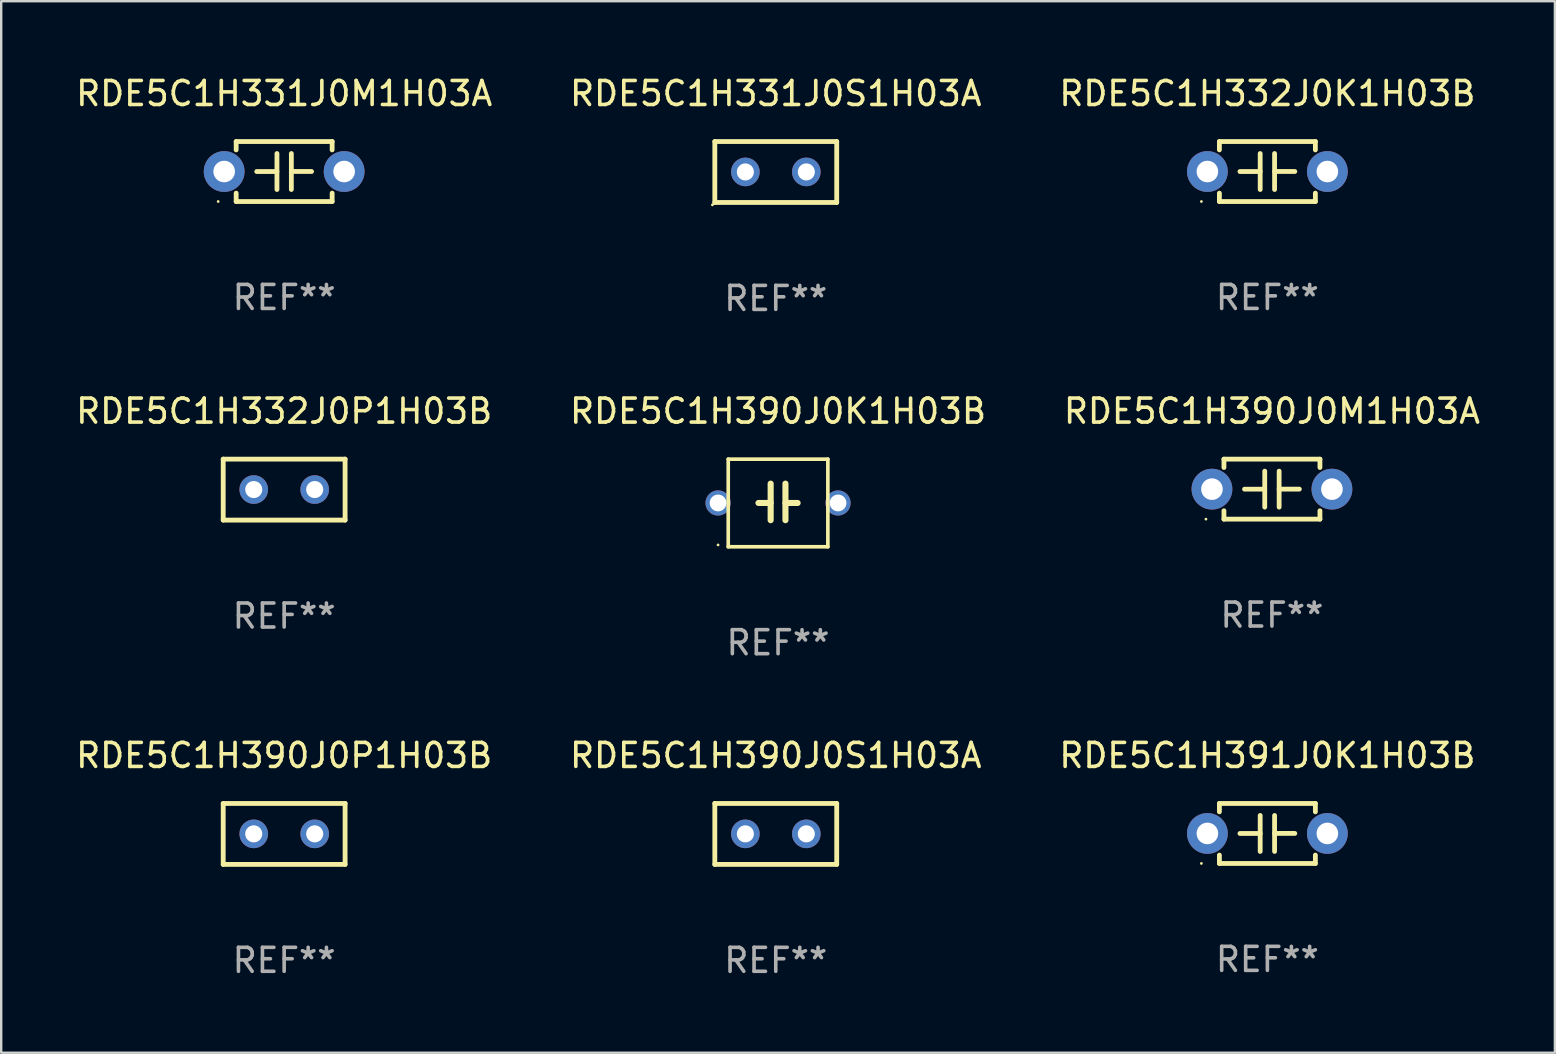
<source format=kicad_pcb>
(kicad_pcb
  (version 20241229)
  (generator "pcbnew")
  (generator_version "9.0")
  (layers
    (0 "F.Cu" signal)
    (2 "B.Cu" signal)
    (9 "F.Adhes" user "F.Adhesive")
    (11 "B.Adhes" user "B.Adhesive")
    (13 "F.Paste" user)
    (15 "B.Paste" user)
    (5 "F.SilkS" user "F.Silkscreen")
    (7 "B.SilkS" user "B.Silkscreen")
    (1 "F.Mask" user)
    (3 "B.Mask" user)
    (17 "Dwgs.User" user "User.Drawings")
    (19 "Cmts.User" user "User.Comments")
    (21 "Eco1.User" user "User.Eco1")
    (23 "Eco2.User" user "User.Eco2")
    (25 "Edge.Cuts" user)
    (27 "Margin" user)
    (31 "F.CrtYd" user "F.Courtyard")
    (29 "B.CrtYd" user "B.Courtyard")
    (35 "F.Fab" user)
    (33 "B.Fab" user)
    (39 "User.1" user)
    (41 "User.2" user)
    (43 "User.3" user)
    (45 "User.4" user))
  (footprint "RDE5C1H390J0P1H03B"
    (layer "F.Cu")
    (at 8.792 31.704)
    (property "Reference" "RDE5C1H390J0P1H03B" (at 0 -3.27 0) (layer "F.SilkS") (effects (font (size 1 1) (thickness 0.15))))
    (attr through_hole)
    (fp_line (start -2.54 -1.27) (end -2.54 1.27) (stroke (width 0.201) (type solid)) (layer "F.SilkS"))
    (fp_line (start -2.54 1.27) (end 2.54 1.27) (stroke (width 0.201) (type solid)) (layer "F.SilkS"))
    (fp_line (start 2.54 -1.27) (end -2.54 -1.27) (stroke (width 0.201) (type solid)) (layer "F.SilkS"))
    (fp_line (start 2.54 1.27) (end 2.54 -1.27) (stroke (width 0.201) (type solid)) (layer "F.SilkS"))
    (fp_circle (center -2.497 1.247) (end -2.467 1.247) (stroke (width 0.06) (type solid)) (fill no) (layer "F.SilkS"))
    (fp_text user "REF**" (at 0 5.27 0) (layer "F.Fab") (effects (font (size 1 1) (thickness 0.15))))
    (pad "1" thru_hole circle (at -1.267 -0.003) (size 1.194 1.194) (drill 0.711) (layers "*.Cu" "*.Mask"))
    (pad "2" thru_hole circle (at 1.273 -0.003) (size 1.194 1.194) (drill 0.711) (layers "*.Cu" "*.Mask")))
  (footprint "RDE5C1H391J0K1H03B"
    (layer "F.Cu")
    (at 49.768 31.684)
    (property "Reference" "RDE5C1H391J0K1H03B" (at 0 -3.25 0) (layer "F.SilkS") (effects (font (size 1 1) (thickness 0.15))))
    (attr through_hole)
    (fp_line (start -2 -1.25) (end -2 -0.901) (stroke (width 0.2) (type solid)) (layer "F.SilkS"))
    (fp_line (start -2 -1.25) (end 2 -1.25) (stroke (width 0.2) (type solid)) (layer "F.SilkS"))
    (fp_line (start -2 0.901) (end -2 1.25) (stroke (width 0.2) (type solid)) (layer "F.SilkS"))
    (fp_line (start -0.3 -0.75) (end -0.3 0.75) (stroke (width 0.2) (type solid)) (layer "F.SilkS"))
    (fp_line (start -0.3 0.001) (end -1.143 0.001) (stroke (width 0.2) (type solid)) (layer "F.SilkS"))
    (fp_line (start 0.3 -0.001) (end 1.143 -0.001) (stroke (width 0.2) (type solid)) (layer "F.SilkS"))
    (fp_line (start 0.3 0.75) (end 0.3 -0.75) (stroke (width 0.2) (type solid)) (layer "F.SilkS"))
    (fp_line (start 2 -1.25) (end 2 -0.901) (stroke (width 0.2) (type solid)) (layer "F.SilkS"))
    (fp_line (start 2 0.901) (end 2 1.25) (stroke (width 0.2) (type solid)) (layer "F.SilkS"))
    (fp_line (start 2 1.25) (end -2 1.25) (stroke (width 0.2) (type solid)) (layer "F.SilkS"))
    (fp_circle (center -2.75 1.25) (end -2.72 1.25) (stroke (width 0.06) (type solid)) (fill no) (layer "F.SilkS"))
    (fp_text user "REF**" (at 0 5.25 0) (layer "F.Fab") (effects (font (size 1 1) (thickness 0.15))))
    (pad "1" thru_hole circle (at -2.5 0) (size 1.7 1.7) (drill 0.9) (layers "*.Cu" "*.Mask"))
    (pad "2" thru_hole circle (at 2.5 0) (size 1.7 1.7) (drill 0.9) (layers "*.Cu" "*.Mask")))
  (footprint "RDE5C1H332J0K1H03B"
    (layer "F.Cu")
    (at 49.768 4.098)
    (property "Reference" "RDE5C1H332J0K1H03B" (at 0 -3.25 0) (layer "F.SilkS") (effects (font (size 1 1) (thickness 0.15))))
    (attr through_hole)
    (fp_line (start -2 -1.25) (end -2 -0.901) (stroke (width 0.2) (type solid)) (layer "F.SilkS"))
    (fp_line (start -2 -1.25) (end 2 -1.25) (stroke (width 0.2) (type solid)) (layer "F.SilkS"))
    (fp_line (start -2 0.901) (end -2 1.25) (stroke (width 0.2) (type solid)) (layer "F.SilkS"))
    (fp_line (start -0.3 -0.75) (end -0.3 0.75) (stroke (width 0.2) (type solid)) (layer "F.SilkS"))
    (fp_line (start -0.3 0.001) (end -1.143 0.001) (stroke (width 0.2) (type solid)) (layer "F.SilkS"))
    (fp_line (start 0.3 -0.001) (end 1.143 -0.001) (stroke (width 0.2) (type solid)) (layer "F.SilkS"))
    (fp_line (start 0.3 0.75) (end 0.3 -0.75) (stroke (width 0.2) (type solid)) (layer "F.SilkS"))
    (fp_line (start 2 -1.25) (end 2 -0.901) (stroke (width 0.2) (type solid)) (layer "F.SilkS"))
    (fp_line (start 2 0.901) (end 2 1.25) (stroke (width 0.2) (type solid)) (layer "F.SilkS"))
    (fp_line (start 2 1.25) (end -2 1.25) (stroke (width 0.2) (type solid)) (layer "F.SilkS"))
    (fp_circle (center -2.75 1.25) (end -2.72 1.25) (stroke (width 0.06) (type solid)) (fill no) (layer "F.SilkS"))
    (fp_text user "REF**" (at 0 5.25 0) (layer "F.Fab") (effects (font (size 1 1) (thickness 0.15))))
    (pad "1" thru_hole circle (at -2.5 0) (size 1.7 1.7) (drill 0.9) (layers "*.Cu" "*.Mask"))
    (pad "2" thru_hole circle (at 2.5 0) (size 1.7 1.7) (drill 0.9) (layers "*.Cu" "*.Mask")))
  (footprint "RDE5C1H332J0P1H03B"
    (layer "F.Cu")
    (at 8.792 17.355)
    (property "Reference" "RDE5C1H332J0P1H03B" (at 0 -3.27 0) (layer "F.SilkS") (effects (font (size 1 1) (thickness 0.15))))
    (attr through_hole)
    (fp_line (start -2.54 -1.27) (end -2.54 1.27) (stroke (width 0.201) (type solid)) (layer "F.SilkS"))
    (fp_line (start -2.54 1.27) (end 2.54 1.27) (stroke (width 0.201) (type solid)) (layer "F.SilkS"))
    (fp_line (start 2.54 -1.27) (end -2.54 -1.27) (stroke (width 0.201) (type solid)) (layer "F.SilkS"))
    (fp_line (start 2.54 1.27) (end 2.54 -1.27) (stroke (width 0.201) (type solid)) (layer "F.SilkS"))
    (fp_circle (center -2.497 1.247) (end -2.467 1.247) (stroke (width 0.06) (type solid)) (fill no) (layer "F.SilkS"))
    (fp_text user "REF**" (at 0 5.27 0) (layer "F.Fab") (effects (font (size 1 1) (thickness 0.15))))
    (pad "1" thru_hole circle (at -1.267 -0.003) (size 1.194 1.194) (drill 0.711) (layers "*.Cu" "*.Mask"))
    (pad "2" thru_hole circle (at 1.273 -0.003) (size 1.194 1.194) (drill 0.711) (layers "*.Cu" "*.Mask")))
  (footprint "RDE5C1H390J0M1H03A"
    (layer "F.Cu")
    (at 49.958 17.335)
    (property "Reference" "RDE5C1H390J0M1H03A" (at 0 -3.25 0) (layer "F.SilkS") (effects (font (size 1 1) (thickness 0.15))))
    (attr through_hole)
    (fp_line (start -2 -1.25) (end -2 -0.901) (stroke (width 0.2) (type solid)) (layer "F.SilkS"))
    (fp_line (start -2 -1.25) (end 2 -1.25) (stroke (width 0.2) (type solid)) (layer "F.SilkS"))
    (fp_line (start -2 0.901) (end -2 1.25) (stroke (width 0.2) (type solid)) (layer "F.SilkS"))
    (fp_line (start -0.3 -0.75) (end -0.3 0.75) (stroke (width 0.2) (type solid)) (layer "F.SilkS"))
    (fp_line (start -0.3 0.001) (end -1.143 0.001) (stroke (width 0.2) (type solid)) (layer "F.SilkS"))
    (fp_line (start 0.3 -0.001) (end 1.143 -0.001) (stroke (width 0.2) (type solid)) (layer "F.SilkS"))
    (fp_line (start 0.3 0.75) (end 0.3 -0.75) (stroke (width 0.2) (type solid)) (layer "F.SilkS"))
    (fp_line (start 2 -1.25) (end 2 -0.901) (stroke (width 0.2) (type solid)) (layer "F.SilkS"))
    (fp_line (start 2 0.901) (end 2 1.25) (stroke (width 0.2) (type solid)) (layer "F.SilkS"))
    (fp_line (start 2 1.25) (end -2 1.25) (stroke (width 0.2) (type solid)) (layer "F.SilkS"))
    (fp_circle (center -2.75 1.25) (end -2.72 1.25) (stroke (width 0.06) (type solid)) (fill no) (layer "F.SilkS"))
    (fp_text user "REF**" (at 0 5.25 0) (layer "F.Fab") (effects (font (size 1 1) (thickness 0.15))))
    (pad "1" thru_hole circle (at -2.5 0) (size 1.7 1.7) (drill 0.9) (layers "*.Cu" "*.Mask"))
    (pad "2" thru_hole circle (at 2.5 0) (size 1.7 1.7) (drill 0.9) (layers "*.Cu" "*.Mask")))
  (footprint "RDE5C1H390J0K1H03B"
    (layer "F.Cu")
    (at 29.375 17.911)
    (property "Reference" "RDE5C1H390J0K1H03B" (at 0 -3.826 0) (layer "F.SilkS") (effects (font (size 1 1) (thickness 0.15))))
    (attr through_hole)
    (fp_line (start -2.076 -1.826) (end 2.076 -1.826) (stroke (width 0.152) (type solid)) (layer "F.SilkS"))
    (fp_line (start -2.076 1.826) (end -2.076 -1.826) (stroke (width 0.152) (type solid)) (layer "F.SilkS"))
    (fp_line (start -0.308 -0.000013) (end -0.816 -0.000013) (stroke (width 0.254) (type solid)) (layer "F.SilkS"))
    (fp_line (start -0.308 0.718) (end -0.308 -0.806) (stroke (width 0.254) (type solid)) (layer "F.SilkS"))
    (fp_line (start 0.308 -0.806) (end 0.308 0.718) (stroke (width 0.254) (type solid)) (layer "F.SilkS"))
    (fp_line (start 0.308 -0.000013) (end 0.816 -0.000013) (stroke (width 0.254) (type solid)) (layer "F.SilkS"))
    (fp_line (start 2.076 -1.826) (end 2.076 1.826) (stroke (width 0.152) (type solid)) (layer "F.SilkS"))
    (fp_line (start 2.076 1.826) (end -2.076 1.826) (stroke (width 0.152) (type solid)) (layer "F.SilkS"))
    (fp_circle (center -2.5 1.75) (end -2.47 1.75) (stroke (width 0.06) (type solid)) (fill no) (layer "F.SilkS"))
    (fp_text user "REF**" (at 0 5.826 0) (layer "F.Fab") (effects (font (size 1 1) (thickness 0.15))))
    (pad "1" thru_hole circle (at -2.5 -0.000013) (size 1.05 1.05) (drill 0.7) (layers "*.Cu" "*.Mask"))
    (pad "2" thru_hole circle (at 2.5 -0.000013) (size 1.05 1.05) (drill 0.7) (layers "*.Cu" "*.Mask")))
  (footprint "RDE5C1H390J0S1H03A"
    (layer "F.Cu")
    (at 29.28 31.704)
    (property "Reference" "RDE5C1H390J0S1H03A" (at 0 -3.27 0) (layer "F.SilkS") (effects (font (size 1 1) (thickness 0.15))))
    (attr through_hole)
    (fp_line (start -2.54 -1.27) (end -2.54 1.27) (stroke (width 0.201) (type solid)) (layer "F.SilkS"))
    (fp_line (start -2.54 1.27) (end 2.54 1.27) (stroke (width 0.201) (type solid)) (layer "F.SilkS"))
    (fp_line (start 2.54 -1.27) (end -2.54 -1.27) (stroke (width 0.201) (type solid)) (layer "F.SilkS"))
    (fp_line (start 2.54 1.27) (end 2.54 -1.27) (stroke (width 0.201) (type solid)) (layer "F.SilkS"))
    (fp_circle (center -2.497 1.247) (end -2.467 1.247) (stroke (width 0.06) (type solid)) (fill no) (layer "F.SilkS"))
    (fp_text user "REF**" (at 0 5.27 0) (layer "F.Fab") (effects (font (size 1 1) (thickness 0.15))))
    (pad "1" thru_hole circle (at -1.267 -0.003) (size 1.194 1.194) (drill 0.711) (layers "*.Cu" "*.Mask"))
    (pad "2" thru_hole circle (at 1.273 -0.003) (size 1.194 1.194) (drill 0.711) (layers "*.Cu" "*.Mask")))
  (footprint "RDE5C1H331J0M1H03A"
    (layer "F.Cu")
    (at 8.792 4.098)
    (property "Reference" "RDE5C1H331J0M1H03A" (at 0 -3.25 0) (layer "F.SilkS") (effects (font (size 1 1) (thickness 0.15))))
    (attr through_hole)
    (fp_line (start -2 -1.25) (end -2 -0.901) (stroke (width 0.2) (type solid)) (layer "F.SilkS"))
    (fp_line (start -2 -1.25) (end 2 -1.25) (stroke (width 0.2) (type solid)) (layer "F.SilkS"))
    (fp_line (start -2 0.901) (end -2 1.25) (stroke (width 0.2) (type solid)) (layer "F.SilkS"))
    (fp_line (start -0.3 -0.75) (end -0.3 0.75) (stroke (width 0.2) (type solid)) (layer "F.SilkS"))
    (fp_line (start -0.3 0.001) (end -1.143 0.001) (stroke (width 0.2) (type solid)) (layer "F.SilkS"))
    (fp_line (start 0.3 -0.001) (end 1.143 -0.001) (stroke (width 0.2) (type solid)) (layer "F.SilkS"))
    (fp_line (start 0.3 0.75) (end 0.3 -0.75) (stroke (width 0.2) (type solid)) (layer "F.SilkS"))
    (fp_line (start 2 -1.25) (end 2 -0.901) (stroke (width 0.2) (type solid)) (layer "F.SilkS"))
    (fp_line (start 2 0.901) (end 2 1.25) (stroke (width 0.2) (type solid)) (layer "F.SilkS"))
    (fp_line (start 2 1.25) (end -2 1.25) (stroke (width 0.2) (type solid)) (layer "F.SilkS"))
    (fp_circle (center -2.75 1.25) (end -2.72 1.25) (stroke (width 0.06) (type solid)) (fill no) (layer "F.SilkS"))
    (fp_text user "REF**" (at 0 5.25 0) (layer "F.Fab") (effects (font (size 1 1) (thickness 0.15))))
    (pad "1" thru_hole circle (at -2.5 0) (size 1.7 1.7) (drill 0.9) (layers "*.Cu" "*.Mask"))
    (pad "2" thru_hole circle (at 2.5 0) (size 1.7 1.7) (drill 0.9) (layers "*.Cu" "*.Mask")))
  (footprint "RDE5C1H331J0S1H03A"
    (layer "F.Cu")
    (at 29.28 4.118)
    (property "Reference" "RDE5C1H331J0S1H03A" (at 0 -3.27 0) (layer "F.SilkS") (effects (font (size 1 1) (thickness 0.15))))
    (attr through_hole)
    (fp_line (start -2.54 -1.27) (end -2.54 1.27) (stroke (width 0.201) (type solid)) (layer "F.SilkS"))
    (fp_line (start -2.54 1.27) (end 2.54 1.27) (stroke (width 0.201) (type solid)) (layer "F.SilkS"))
    (fp_line (start 2.54 -1.27) (end -2.54 -1.27) (stroke (width 0.201) (type solid)) (layer "F.SilkS"))
    (fp_line (start 2.54 1.27) (end 2.54 -1.27) (stroke (width 0.201) (type solid)) (layer "F.SilkS"))
    (fp_circle (center -2.64 1.37) (end -2.61 1.37) (stroke (width 0.06) (type solid)) (fill no) (layer "F.SilkS"))
    (fp_text user "REF**" (at 0 5.27 0) (layer "F.Fab") (effects (font (size 1 1) (thickness 0.15))))
    (pad "1" thru_hole circle (at -1.267 -0.003) (size 1.194 1.194) (drill 0.711) (layers "*.Cu" "*.Mask"))
    (pad "2" thru_hole circle (at 1.273 -0.003) (size 1.194 1.194) (drill 0.711) (layers "*.Cu" "*.Mask")))
  (gr_rect
    (start -3 -3)
    (end 61.75 40.822)
    (stroke (width 0.1) (type default))
    (fill no)
    (layer "Edge.Cuts")))
</source>
